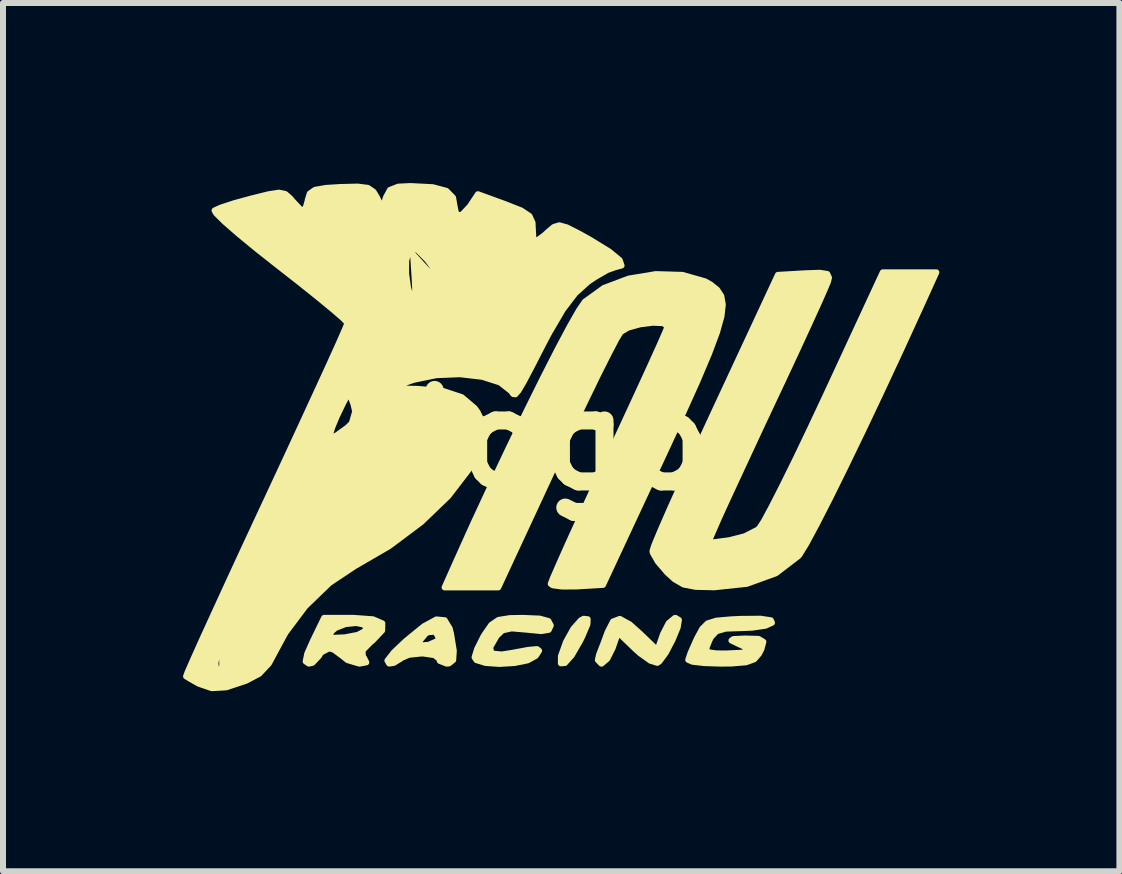
<source format=kicad_pcb>
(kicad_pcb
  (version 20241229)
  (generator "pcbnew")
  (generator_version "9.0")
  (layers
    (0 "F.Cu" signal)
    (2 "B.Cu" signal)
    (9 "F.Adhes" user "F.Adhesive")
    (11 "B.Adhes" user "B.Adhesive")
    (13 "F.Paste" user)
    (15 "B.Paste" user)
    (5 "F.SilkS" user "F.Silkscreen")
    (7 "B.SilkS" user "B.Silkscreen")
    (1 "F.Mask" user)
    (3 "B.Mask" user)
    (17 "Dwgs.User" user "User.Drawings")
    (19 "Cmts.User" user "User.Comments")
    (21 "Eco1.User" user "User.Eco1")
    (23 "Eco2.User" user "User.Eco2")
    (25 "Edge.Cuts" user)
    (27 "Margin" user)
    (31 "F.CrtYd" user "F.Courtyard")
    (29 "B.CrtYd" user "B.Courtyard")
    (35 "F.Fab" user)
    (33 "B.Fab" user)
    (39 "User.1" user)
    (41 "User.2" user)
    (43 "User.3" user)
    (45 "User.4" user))
  (footprint "logo"
    (layer "F.Cu")
    (at 6.296 4.282)
    (property "Reference" "logo" (at 0 0 0) (layer "F.SilkS") (effects (font (size 1.524 1.524) (thickness 0.3))))
    (attr through_hole)
    (fp_poly (pts (xy 0.446 2.985) (xy 0.441 3.071) (xy 0.359 3.266) (xy 0.324 3.338) (xy 0.181 3.586) (xy 0.066 3.715) (xy -0.001 3.72) (xy -0.00001 3.6) (xy 0.084 3.365) (xy 0.207 3.144) (xy 0.333 3.002) (xy 0.379 2.978) (xy 0.446 2.985)) (stroke (width 0.1) (type solid)) (fill yes) (layer "F.SilkS"))
    (fp_poly (pts (xy 1.966 2.998) (xy 1.945 3.122) (xy 1.863 3.322) (xy 1.748 3.543) (xy 1.642 3.687) (xy 1.606 3.712) (xy 1.492 3.677) (xy 1.317 3.552) (xy 1.231 3.474) (xy 0.952 3.205) (xy 0.862 3.465) (xy 0.772 3.644) (xy 0.678 3.725) (xy 0.673 3.725) (xy 0.615 3.665) (xy 0.635 3.577) (xy 0.709 3.386) (xy 0.779 3.196) (xy 0.868 3.023) (xy 0.981 2.98) (xy 1.146 3.07) (xy 1.328 3.233) (xy 1.607 3.503) (xy 1.701 3.233) (xy 1.795 3.05) (xy 1.899 2.964) (xy 1.909 2.963) (xy 1.966 2.998)) (stroke (width 0.1) (type solid)) (fill yes) (layer "F.SilkS"))
    (fp_poly (pts (xy -0.169 3.089) (xy -0.203 3.162) (xy -0.328 3.183) (xy -0.563 3.16) (xy -0.822 3.138) (xy -0.974 3.171) (xy -1.071 3.263) (xy -1.181 3.455) (xy -1.156 3.556) (xy -0.987 3.573) (xy -0.826 3.548) (xy -0.543 3.496) (xy -0.399 3.483) (xy -0.364 3.51) (xy -0.411 3.583) (xy -0.423 3.598) (xy -0.556 3.671) (xy -0.775 3.715) (xy -1.026 3.73) (xy -1.255 3.714) (xy -1.407 3.667) (xy -1.439 3.619) (xy -1.397 3.482) (xy -1.295 3.279) (xy -1.271 3.239) (xy -1.16 3.079) (xy -1.04 2.997) (xy -0.852 2.967) (xy -0.636 2.963) (xy -0.354 2.975) (xy -0.209 3.015) (xy -0.169 3.089)) (stroke (width 0.1) (type solid)) (fill yes) (layer "F.SilkS"))
    (fp_poly (pts (xy -1.785 3.511) (xy -1.795 3.665) (xy -1.866 3.722) (xy -1.905 3.725) (xy -2.018 3.68) (xy -2.032 3.641) (xy -2.032 3.306) (xy -2.089 3.192) (xy -2.218 3.202) (xy -2.257 3.228) (xy -2.363 3.356) (xy -2.326 3.422) (xy -2.201 3.411) (xy -2.064 3.35) (xy -2.032 3.306) (xy -2.032 3.641) (xy -2.106 3.584) (xy -2.289 3.557) (xy -2.323 3.556) (xy -2.534 3.578) (xy -2.661 3.633) (xy -2.667 3.641) (xy -2.788 3.714) (xy -2.862 3.724) (xy -2.891 3.675) (xy -2.783 3.536) (xy -2.582 3.346) (xy -2.284 3.103) (xy -2.075 2.989) (xy -1.937 3.002) (xy -1.853 3.14) (xy -1.831 3.228) (xy -1.785 3.511)) (stroke (width 0.1) (type solid)) (fill yes) (layer "F.SilkS"))
    (fp_poly (pts (xy -2.976 3.054) (xy -2.978 3.172) (xy -3.137 3.341) (xy -3.171 3.368) (xy -3.238 3.436) (xy -3.238 3.154) (xy -3.274 3.076) (xy -3.412 3.048) (xy -3.593 3.067) (xy -3.756 3.131) (xy -3.815 3.181) (xy -3.866 3.265) (xy -3.811 3.296) (xy -3.618 3.288) (xy -3.599 3.287) (xy -3.381 3.245) (xy -3.25 3.174) (xy -3.238 3.154) (xy -3.238 3.436) (xy -3.305 3.504) (xy -3.3 3.605) (xy -3.281 3.628) (xy -3.243 3.704) (xy -3.355 3.725) (xy -3.359 3.725) (xy -3.555 3.667) (xy -3.641 3.598) (xy -3.786 3.491) (xy -3.865 3.471) (xy -3.997 3.54) (xy -4.033 3.598) (xy -4.139 3.711) (xy -4.199 3.725) (xy -4.253 3.689) (xy -4.227 3.56) (xy -4.131 3.344) (xy -3.946 2.963) (xy -3.454 2.963) (xy -3.134 2.986) (xy -2.976 3.054)) (stroke (width 0.1) (type solid)) (fill yes) (layer "F.SilkS"))
    (fp_poly (pts (xy 3.516 3.044) (xy 3.407 3.094) (xy 3.186 3.126) (xy 3.014 3.133) (xy 2.745 3.142) (xy 2.592 3.185) (xy 2.502 3.281) (xy 2.471 3.344) (xy 2.42 3.474) (xy 2.45 3.536) (xy 2.593 3.555) (xy 2.753 3.556) (xy 3.02 3.544) (xy 3.12 3.506) (xy 3.057 3.442) (xy 2.942 3.389) (xy 2.841 3.34) (xy 2.875 3.316) (xy 3.062 3.307) (xy 3.069 3.307) (xy 3.292 3.313) (xy 3.373 3.361) (xy 3.341 3.481) (xy 3.299 3.562) (xy 3.221 3.653) (xy 3.083 3.703) (xy 2.841 3.723) (xy 2.664 3.725) (xy 2.385 3.716) (xy 2.19 3.693) (xy 2.121 3.662) (xy 2.158 3.551) (xy 2.244 3.356) (xy 2.269 3.302) (xy 2.354 3.145) (xy 2.445 3.054) (xy 2.592 3.009) (xy 2.84 2.987) (xy 2.992 2.98) (xy 3.328 2.977) (xy 3.498 3.003) (xy 3.516 3.044)) (stroke (width 0.1) (type solid)) (fill yes) (layer "F.SilkS"))
    (fp_poly (pts (xy 2.697 -2.257) (xy 2.675 -2.062) (xy 2.601 -1.797) (xy 2.47 -1.445) (xy 2.278 -0.991) (xy 2.02 -0.418) (xy 1.705 0.261) (xy 0.701 2.413) (xy 0.266 2.439) (xy 0.021 2.441) (xy -0.137 2.42) (xy -0.17 2.396) (xy -0.136 2.305) (xy -0.038 2.08) (xy 0.112 1.743) (xy 0.307 1.315) (xy 0.537 0.816) (xy 0.793 0.266) (xy 0.804 0.242) (xy 1.06 -0.308) (xy 1.291 -0.808) (xy 1.488 -1.237) (xy 1.641 -1.575) (xy 1.74 -1.801) (xy 1.778 -1.895) (xy 1.778 -1.895) (xy 1.707 -1.947) (xy 1.534 -1.955) (xy 1.317 -1.928) (xy 1.116 -1.872) (xy 0.995 -1.799) (xy 0.925 -1.685) (xy 0.796 -1.438) (xy 0.617 -1.082) (xy 0.401 -0.637) (xy 0.157 -0.126) (xy -0.09 0.402) (xy -1.044 2.455) (xy -1.491 2.455) (xy -1.938 2.455) (xy -1.74 2.011) (xy -1.458 1.385) (xy -1.162 0.748) (xy -0.864 0.119) (xy -0.574 -0.48) (xy -0.302 -1.029) (xy -0.058 -1.507) (xy 0.147 -1.893) (xy 0.303 -2.166) (xy 0.399 -2.305) (xy 0.716 -2.534) (xy 1.128 -2.69) (xy 1.581 -2.765) (xy 2.023 -2.752) (xy 2.4 -2.645) (xy 2.496 -2.591) (xy 2.603 -2.505) (xy 2.672 -2.399) (xy 2.697 -2.257)) (stroke (width 0.1) (type solid)) (fill yes) (layer "F.SilkS"))
    (fp_poly (pts (xy 6.255 -2.794) (xy 5.996 -2.223) (xy 5.665 -1.5) (xy 5.339 -0.8) (xy 5.027 -0.142) (xy 4.737 0.458) (xy 4.479 0.98) (xy 4.26 1.407) (xy 4.091 1.722) (xy 3.979 1.905) (xy 3.957 1.933) (xy 3.582 2.22) (xy 3.095 2.396) (xy 2.555 2.453) (xy 2.246 2.446) (xy 2.046 2.408) (xy 1.894 2.32) (xy 1.771 2.208) (xy 1.615 2.026) (xy 1.53 1.877) (xy 1.525 1.848) (xy 1.559 1.745) (xy 1.657 1.509) (xy 1.809 1.161) (xy 2.007 0.72) (xy 2.24 0.206) (xy 2.501 -0.359) (xy 2.57 -0.508) (xy 3.615 -2.752) (xy 4.058 -2.778) (xy 4.314 -2.787) (xy 4.438 -2.767) (xy 4.466 -2.706) (xy 4.45 -2.639) (xy 4.399 -2.517) (xy 4.288 -2.266) (xy 4.126 -1.911) (xy 3.926 -1.477) (xy 3.697 -0.986) (xy 3.586 -0.751) (xy 3.34 -0.227) (xy 3.11 0.267) (xy 2.907 0.704) (xy 2.745 1.054) (xy 2.637 1.291) (xy 2.613 1.345) (xy 2.452 1.716) (xy 2.805 1.669) (xy 3.066 1.602) (xy 3.274 1.496) (xy 3.307 1.467) (xy 3.382 1.351) (xy 3.516 1.102) (xy 3.698 0.744) (xy 3.918 0.298) (xy 4.163 -0.215) (xy 4.41 -0.741) (xy 5.362 -2.794) (xy 5.808 -2.794) (xy 6.255 -2.794)) (stroke (width 0.1) (type solid)) (fill yes) (layer "F.SilkS"))
    (fp_poly (pts (xy 1.01 -2.908) (xy 0.902 -2.879) (xy 0.77 -2.832) (xy 0.565 -2.713) (xy 0.449 -2.634) (xy 0.239 -2.445) (xy 0.033 -2.175) (xy -0.193 -1.79) (xy -0.295 -1.597) (xy -0.49 -1.217) (xy -0.622 -0.967) (xy -0.707 -0.823) (xy -0.759 -0.763) (xy -0.794 -0.766) (xy -0.826 -0.809) (xy -0.83 -0.815) (xy -1.013 -0.959) (xy -1.312 -1.054) (xy -1.683 -1.097) (xy -2.032 -1.083) (xy -2.032 -2.7) (xy -2.084 -2.814) (xy -2.211 -2.986) (xy -2.242 -3.022) (xy -2.388 -3.169) (xy -2.477 -3.194) (xy -2.54 -3.133) (xy -2.579 -2.989) (xy -2.579 -2.771) (xy -2.548 -2.541) (xy -2.495 -2.359) (xy -2.429 -2.286) (xy -2.424 -2.362) (xy -2.43 -2.555) (xy -2.437 -2.688) (xy -2.463 -3.09) (xy -2.247 -2.853) (xy -2.112 -2.722) (xy -2.037 -2.687) (xy -2.032 -2.7) (xy -2.032 -1.083) (xy -2.078 -1.081) (xy -2.452 -1.004) (xy -2.54 -0.974) (xy -2.836 -0.86) (xy -2.397 -0.853) (xy -1.962 -0.817) (xy -1.653 -0.715) (xy -1.438 -0.533) (xy -1.389 -0.466) (xy -1.3 -0.286) (xy -1.297 -0.102) (xy -1.342 0.076) (xy -1.54 0.496) (xy -1.876 0.934) (xy -2.324 1.365) (xy -2.859 1.766) (xy -3.428 2.097) (xy -3.428 -0.475) (xy -3.457 -0.6) (xy -3.531 -0.798) (xy -3.628 -0.616) (xy -3.736 -0.391) (xy -3.809 -0.215) (xy -3.856 -0.065) (xy -3.818 -0.04) (xy -3.738 -0.078) (xy -3.557 -0.208) (xy -3.484 -0.281) (xy -3.428 -0.475) (xy -3.428 2.097) (xy -3.433 2.099) (xy -3.856 2.381) (xy -4.259 2.77) (xy -4.589 3.21) (xy -4.715 3.442) (xy -4.866 3.723) (xy -5.028 3.895) (xy -5.252 4.013) (xy -5.253 4.013) (xy -5.577 4.12) (xy -5.643 4.124) (xy -5.643 3.77) (xy -5.644 3.634) (xy -5.676 3.596) (xy -5.74 3.624) (xy -5.757 3.72) (xy -5.739 3.873) (xy -5.688 3.863) (xy -5.643 3.77) (xy -5.643 4.124) (xy -5.819 4.134) (xy -6.036 4.059) (xy -6.054 4.049) (xy -6.196 3.968) (xy -6.246 3.937) (xy -6.217 3.859) (xy -6.123 3.645) (xy -5.973 3.311) (xy -5.773 2.874) (xy -5.533 2.351) (xy -5.259 1.758) (xy -4.959 1.114) (xy -4.912 1.014) (xy -4.608 0.361) (xy -4.328 -0.244) (xy -4.079 -0.784) (xy -3.869 -1.241) (xy -3.707 -1.599) (xy -3.601 -1.84) (xy -3.557 -1.947) (xy -3.556 -1.95) (xy -3.62 -2.019) (xy -3.796 -2.172) (xy -4.063 -2.392) (xy -4.399 -2.66) (xy -4.692 -2.889) (xy -5.061 -3.18) (xy -5.374 -3.438) (xy -5.609 -3.643) (xy -5.746 -3.779) (xy -5.771 -3.825) (xy -5.666 -3.873) (xy -5.444 -3.946) (xy -5.167 -4.022) (xy -4.873 -4.095) (xy -4.697 -4.122) (xy -4.592 -4.1) (xy -4.511 -4.029) (xy -4.476 -3.987) (xy -4.338 -3.84) (xy -4.262 -3.839) (xy -4.22 -3.985) (xy -4.218 -4) (xy -4.185 -4.107) (xy -4.097 -4.169) (xy -3.913 -4.201) (xy -3.676 -4.216) (xy -3.386 -4.223) (xy -3.217 -4.202) (xy -3.122 -4.137) (xy -3.067 -4.046) (xy -2.973 -3.852) (xy -2.916 -4.043) (xy -2.848 -4.168) (xy -2.71 -4.222) (xy -2.509 -4.232) (xy -2.137 -4.213) (xy -1.908 -4.152) (xy -1.797 -4.039) (xy -1.778 -3.927) (xy -1.745 -3.76) (xy -1.655 -3.747) (xy -1.52 -3.891) (xy -1.506 -3.91) (xy -1.383 -4.096) (xy -0.925 -3.929) (xy -0.662 -3.825) (xy -0.524 -3.733) (xy -0.473 -3.621) (xy -0.469 -3.533) (xy -0.459 -3.355) (xy -0.402 -3.319) (xy -0.269 -3.418) (xy -0.216 -3.468) (xy -0.119 -3.55) (xy -0.028 -3.578) (xy 0.099 -3.543) (xy 0.305 -3.438) (xy 0.488 -3.336) (xy 0.804 -3.142) (xy 0.979 -2.997) (xy 1.01 -2.908)) (stroke (width 0.1) (type solid)) (fill yes) (layer "F.SilkS")))
  (gr_rect
    (start -3 -3)
    (end 15.601 11.467)
    (stroke (width 0.1) (type default))
    (fill no)
    (layer "Edge.Cuts")))
</source>
